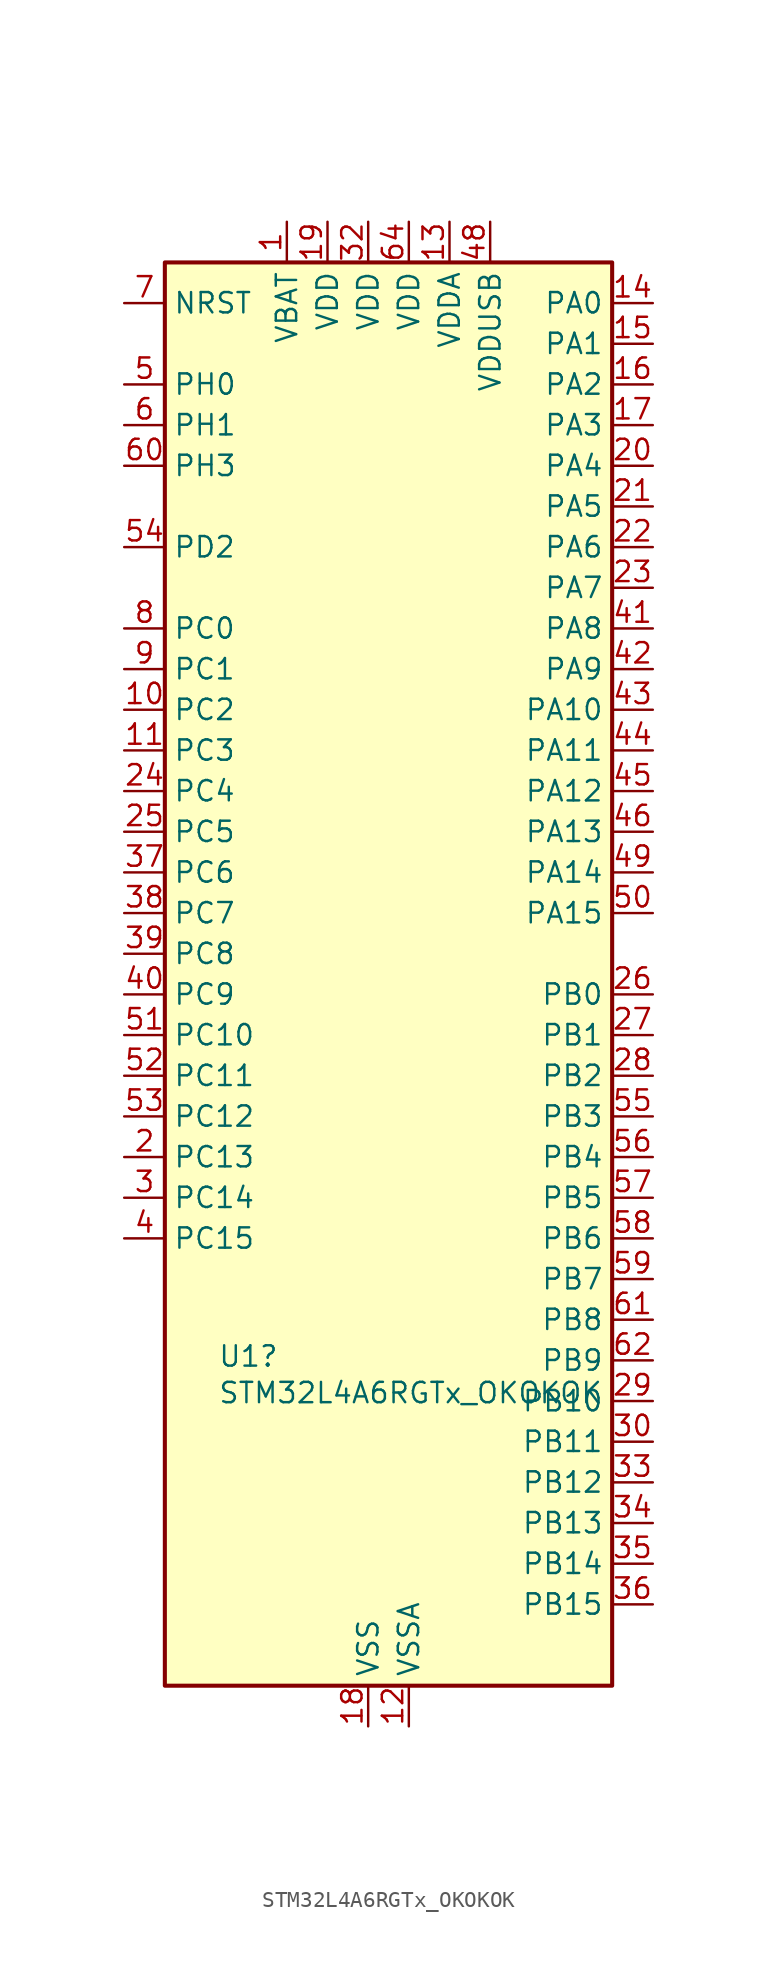
<source format=kicad_sym>
(kicad_symbol_lib
  (version 20241209)
  (generator "kicad_symbol_editor")
  (generator_version "9.0")
  (symbol "STM32L4A6RGTx_OKOKOK"
    (property "Reference" "U1"
      (at -9.398 -22.606 0)
      (effects (font (size 1.27 1.27)) (justify left)))
    (property "Value" "STM32L4A6RGTx_OKOKOK"
      (at -9.398 -24.892 0)
      (effects (font (size 1.27 1.27)) (justify left)))
    (property "ki_locked" ""
      (at 0 0 0)
      (effects (font (size 1.27 1.27))))
    (symbol "STM32L4A6RGTx_OKOKOK_0_1"
      (rectangle (start -12.7 -43.18) (end 15.24 45.72) (stroke (width 0.254) (type default)) (fill (type background))))
    (symbol "STM32L4A6RGTx_OKOKOK_1_1"
      (pin input line (at -15.24 43.18 0) (length 2.54) (name "NRST" (effects (font (size 1.27 1.27)))) (number "7" (effects (font (size 1.27 1.27)))))
      (pin bidirectional line (at -15.24 38.1 0) (length 2.54) (name "PH0" (effects (font (size 1.27 1.27)))) (number "5" (effects (font (size 1.27 1.27)))) (alternate "RCC_OSC_IN" bidirectional line))
      (pin bidirectional line (at -15.24 35.56 0) (length 2.54) (name "PH1" (effects (font (size 1.27 1.27)))) (number "6" (effects (font (size 1.27 1.27)))) (alternate "RCC_OSC_OUT" bidirectional line))
      (pin bidirectional line (at -15.24 33.02 0) (length 2.54) (name "PH3" (effects (font (size 1.27 1.27)))) (number "60" (effects (font (size 1.27 1.27)))))
      (pin bidirectional line (at -15.24 27.94 0) (length 2.54) (name "PD2" (effects (font (size 1.27 1.27)))) (number "54" (effects (font (size 1.27 1.27)))) (alternate "DCMI_D11" bidirectional line) (alternate "LCD_COM7" bidirectional line) (alternate "LCD_SEG31" bidirectional line) (alternate "LCD_SEG43" bidirectional line) (alternate "SDMMC1_CMD" bidirectional line) (alternate "SYS_TRACED2" bidirectional line) (alternate "TIM3_ETR" bidirectional line) (alternate "TSC_SYNC" bidirectional line) (alternate "UART5_RX" bidirectional line) (alternate "USART3_DE" bidirectional line) (alternate "USART3_RTS" bidirectional line))
      (pin bidirectional line (at -15.24 22.86 0) (length 2.54) (name "PC0" (effects (font (size 1.27 1.27)))) (number "8" (effects (font (size 1.27 1.27)))) (alternate "ADC1_IN1" bidirectional line) (alternate "ADC2_IN1" bidirectional line) (alternate "ADC3_IN1" bidirectional line) (alternate "DFSDM1_DATIN4" bidirectional line) (alternate "I2C3_SCL" bidirectional line) (alternate "I2C4_SCL" bidirectional line) (alternate "LCD_SEG18" bidirectional line) (alternate "LPTIM1_IN1" bidirectional line) (alternate "LPTIM2_IN1" bidirectional line) (alternate "LPUART1_RX" bidirectional line))
      (pin bidirectional line (at -15.24 20.32 0) (length 2.54) (name "PC1" (effects (font (size 1.27 1.27)))) (number "9" (effects (font (size 1.27 1.27)))) (alternate "ADC1_IN2" bidirectional line) (alternate "ADC2_IN2" bidirectional line) (alternate "ADC3_IN2" bidirectional line) (alternate "DFSDM1_CKIN4" bidirectional line) (alternate "I2C3_SDA" bidirectional line) (alternate "I2C4_SDA" bidirectional line) (alternate "LCD_SEG19" bidirectional line) (alternate "LPTIM1_OUT" bidirectional line) (alternate "LPUART1_TX" bidirectional line) (alternate "QUADSPI_BK2_IO0" bidirectional line) (alternate "SAI1_SD_A" bidirectional line) (alternate "SPI2_MOSI" bidirectional line) (alternate "SYS_TRACED0" bidirectional line))
      (pin bidirectional line (at -15.24 17.78 0) (length 2.54) (name "PC2" (effects (font (size 1.27 1.27)))) (number "10" (effects (font (size 1.27 1.27)))) (alternate "ADC1_IN3" bidirectional line) (alternate "ADC2_IN3" bidirectional line) (alternate "ADC3_IN3" bidirectional line) (alternate "DFSDM1_CKOUT" bidirectional line) (alternate "LCD_SEG20" bidirectional line) (alternate "LPTIM1_IN2" bidirectional line) (alternate "QUADSPI_BK2_IO1" bidirectional line) (alternate "SPI2_MISO" bidirectional line))
      (pin bidirectional line (at -15.24 15.24 0) (length 2.54) (name "PC3" (effects (font (size 1.27 1.27)))) (number "11" (effects (font (size 1.27 1.27)))) (alternate "ADC1_IN4" bidirectional line) (alternate "ADC2_IN4" bidirectional line) (alternate "ADC3_IN4" bidirectional line) (alternate "LCD_VLCD" bidirectional line) (alternate "LPTIM1_ETR" bidirectional line) (alternate "LPTIM2_ETR" bidirectional line) (alternate "QUADSPI_BK2_IO2" bidirectional line) (alternate "SAI1_SD_A" bidirectional line) (alternate "SPI2_MOSI" bidirectional line))
      (pin bidirectional line (at -15.24 12.7 0) (length 2.54) (name "PC4" (effects (font (size 1.27 1.27)))) (number "24" (effects (font (size 1.27 1.27)))) (alternate "ADC1_IN13" bidirectional line) (alternate "ADC2_IN13" bidirectional line) (alternate "COMP1_INM" bidirectional line) (alternate "LCD_SEG22" bidirectional line) (alternate "QUADSPI_BK2_IO3" bidirectional line) (alternate "USART3_TX" bidirectional line))
      (pin bidirectional line (at -15.24 10.16 0) (length 2.54) (name "PC5" (effects (font (size 1.27 1.27)))) (number "25" (effects (font (size 1.27 1.27)))) (alternate "ADC1_IN14" bidirectional line) (alternate "ADC2_IN14" bidirectional line) (alternate "COMP1_INP" bidirectional line) (alternate "LCD_SEG23" bidirectional line) (alternate "SYS_WKUP5" bidirectional line) (alternate "USART3_RX" bidirectional line))
      (pin bidirectional line (at -15.24 7.62 0) (length 2.54) (name "PC6" (effects (font (size 1.27 1.27)))) (number "37" (effects (font (size 1.27 1.27)))) (alternate "DCMI_D0" bidirectional line) (alternate "DFSDM1_CKIN3" bidirectional line) (alternate "LCD_SEG24" bidirectional line) (alternate "SAI2_MCLK_A" bidirectional line) (alternate "SDMMC1_D6" bidirectional line) (alternate "TIM3_CH1" bidirectional line) (alternate "TIM8_CH1" bidirectional line) (alternate "TSC_G4_IO1" bidirectional line))
      (pin bidirectional line (at -15.24 5.08 0) (length 2.54) (name "PC7" (effects (font (size 1.27 1.27)))) (number "38" (effects (font (size 1.27 1.27)))) (alternate "DCMI_D1" bidirectional line) (alternate "DFSDM1_DATIN3" bidirectional line) (alternate "LCD_SEG25" bidirectional line) (alternate "SAI2_MCLK_B" bidirectional line) (alternate "SDMMC1_D7" bidirectional line) (alternate "TIM3_CH2" bidirectional line) (alternate "TIM8_CH2" bidirectional line) (alternate "TSC_G4_IO2" bidirectional line))
      (pin bidirectional line (at -15.24 2.54 0) (length 2.54) (name "PC8" (effects (font (size 1.27 1.27)))) (number "39" (effects (font (size 1.27 1.27)))) (alternate "DCMI_D2" bidirectional line) (alternate "LCD_SEG26" bidirectional line) (alternate "SDMMC1_D0" bidirectional line) (alternate "TIM3_CH3" bidirectional line) (alternate "TIM8_CH3" bidirectional line) (alternate "TSC_G4_IO3" bidirectional line))
      (pin bidirectional line (at -15.24 0 0) (length 2.54) (name "PC9" (effects (font (size 1.27 1.27)))) (number "40" (effects (font (size 1.27 1.27)))) (alternate "DAC1_EXTI9" bidirectional line) (alternate "DCMI_D3" bidirectional line) (alternate "I2C3_SDA" bidirectional line) (alternate "LCD_SEG27" bidirectional line) (alternate "SAI2_EXTCLK" bidirectional line) (alternate "SDMMC1_D1" bidirectional line) (alternate "TIM3_CH4" bidirectional line) (alternate "TIM8_BKIN2" bidirectional line) (alternate "TIM8_BKIN2_COMP1" bidirectional line) (alternate "TIM8_CH4" bidirectional line) (alternate "TSC_G4_IO4" bidirectional line) (alternate "USB_OTG_FS_NOE" bidirectional line))
      (pin bidirectional line (at -15.24 -2.54 0) (length 2.54) (name "PC10" (effects (font (size 1.27 1.27)))) (number "51" (effects (font (size 1.27 1.27)))) (alternate "DCMI_D8" bidirectional line) (alternate "LCD_COM4" bidirectional line) (alternate "LCD_SEG28" bidirectional line) (alternate "LCD_SEG40" bidirectional line) (alternate "SAI2_SCK_B" bidirectional line) (alternate "SDMMC1_D2" bidirectional line) (alternate "SPI3_SCK" bidirectional line) (alternate "SYS_TRACED1" bidirectional line) (alternate "TSC_G3_IO2" bidirectional line) (alternate "UART4_TX" bidirectional line) (alternate "USART3_TX" bidirectional line))
      (pin bidirectional line (at -15.24 -5.08 0) (length 2.54) (name "PC11" (effects (font (size 1.27 1.27)))) (number "52" (effects (font (size 1.27 1.27)))) (alternate "ADC1_EXTI11" bidirectional line) (alternate "ADC2_EXTI11" bidirectional line) (alternate "ADC3_EXTI11" bidirectional line) (alternate "DCMI_D4" bidirectional line) (alternate "LCD_COM5" bidirectional line) (alternate "LCD_SEG29" bidirectional line) (alternate "LCD_SEG41" bidirectional line) (alternate "QUADSPI_BK2_NCS" bidirectional line) (alternate "SAI2_MCLK_B" bidirectional line) (alternate "SDMMC1_D3" bidirectional line) (alternate "SPI3_MISO" bidirectional line) (alternate "TSC_G3_IO3" bidirectional line) (alternate "UART4_RX" bidirectional line) (alternate "USART3_RX" bidirectional line))
      (pin bidirectional line (at -15.24 -7.62 0) (length 2.54) (name "PC12" (effects (font (size 1.27 1.27)))) (number "53" (effects (font (size 1.27 1.27)))) (alternate "DCMI_D9" bidirectional line) (alternate "LCD_COM6" bidirectional line) (alternate "LCD_SEG30" bidirectional line) (alternate "LCD_SEG42" bidirectional line) (alternate "SAI2_SD_B" bidirectional line) (alternate "SDMMC1_CK" bidirectional line) (alternate "SPI3_MOSI" bidirectional line) (alternate "SYS_TRACED3" bidirectional line) (alternate "TSC_G3_IO4" bidirectional line) (alternate "UART5_TX" bidirectional line) (alternate "USART3_CK" bidirectional line))
      (pin bidirectional line (at -15.24 -10.16 0) (length 2.54) (name "PC13" (effects (font (size 1.27 1.27)))) (number "2" (effects (font (size 1.27 1.27)))) (alternate "RTC_OUT_ALARM" bidirectional line) (alternate "RTC_OUT_CALIB" bidirectional line) (alternate "RTC_TAMP1" bidirectional line) (alternate "RTC_TS" bidirectional line) (alternate "SYS_WKUP2" bidirectional line))
      (pin bidirectional line (at -15.24 -12.7 0) (length 2.54) (name "PC14" (effects (font (size 1.27 1.27)))) (number "3" (effects (font (size 1.27 1.27)))) (alternate "RCC_OSC32_IN" bidirectional line))
      (pin bidirectional line (at -15.24 -15.24 0) (length 2.54) (name "PC15" (effects (font (size 1.27 1.27)))) (number "4" (effects (font (size 1.27 1.27)))) (alternate "ADC1_EXTI15" bidirectional line) (alternate "ADC2_EXTI15" bidirectional line) (alternate "ADC3_EXTI15" bidirectional line) (alternate "RCC_OSC32_OUT" bidirectional line))
      (pin power_in line (at -5.08 48.26 270) (length 2.54) (name "VBAT" (effects (font (size 1.27 1.27)))) (number "1" (effects (font (size 1.27 1.27)))))
      (pin power_in line (at -2.54 48.26 270) (length 2.54) (name "VDD" (effects (font (size 1.27 1.27)))) (number "19" (effects (font (size 1.27 1.27)))))
      (pin power_in line (at 0 48.26 270) (length 2.54) (name "VDD" (effects (font (size 1.27 1.27)))) (number "32" (effects (font (size 1.27 1.27)))))
      (pin power_in line (at 0 -45.72 90) (length 2.54) (name "VSS" (effects (font (size 1.27 1.27)))) (number "18" (effects (font (size 1.27 1.27)))))
      (pin passive line (at 0 -45.72 90) (length 2.54) (hide yes) (name "VSS" (effects (font (size 1.27 1.27)))) (number "31" (effects (font (size 1.27 1.27)))))
      (pin passive line (at 0 -45.72 90) (length 2.54) (hide yes) (name "VSS" (effects (font (size 1.27 1.27)))) (number "47" (effects (font (size 1.27 1.27)))))
      (pin passive line (at 0 -45.72 90) (length 2.54) (hide yes) (name "VSS" (effects (font (size 1.27 1.27)))) (number "63" (effects (font (size 1.27 1.27)))))
      (pin power_in line (at 2.54 48.26 270) (length 2.54) (name "VDD" (effects (font (size 1.27 1.27)))) (number "64" (effects (font (size 1.27 1.27)))))
      (pin power_in line (at 2.54 -45.72 90) (length 2.54) (name "VSSA" (effects (font (size 1.27 1.27)))) (number "12" (effects (font (size 1.27 1.27)))))
      (pin power_in line (at 5.08 48.26 270) (length 2.54) (name "VDDA" (effects (font (size 1.27 1.27)))) (number "13" (effects (font (size 1.27 1.27)))))
      (pin power_in line (at 7.62 48.26 270) (length 2.54) (name "VDDUSB" (effects (font (size 1.27 1.27)))) (number "48" (effects (font (size 1.27 1.27)))))
      (pin bidirectional line (at 17.78 43.18 180) (length 2.54) (name "PA0" (effects (font (size 1.27 1.27)))) (number "14" (effects (font (size 1.27 1.27)))) (alternate "ADC1_IN5" bidirectional line) (alternate "ADC2_IN5" bidirectional line) (alternate "OPAMP1_VINP" bidirectional line) (alternate "RTC_TAMP2" bidirectional line) (alternate "SAI1_EXTCLK" bidirectional line) (alternate "SYS_WKUP1" bidirectional line) (alternate "TIM2_CH1" bidirectional line) (alternate "TIM2_ETR" bidirectional line) (alternate "TIM5_CH1" bidirectional line) (alternate "TIM8_ETR" bidirectional line) (alternate "UART4_TX" bidirectional line) (alternate "USART2_CTS" bidirectional line))
      (pin bidirectional line (at 17.78 40.64 180) (length 2.54) (name "PA1" (effects (font (size 1.27 1.27)))) (number "15" (effects (font (size 1.27 1.27)))) (alternate "ADC1_IN6" bidirectional line) (alternate "ADC2_IN6" bidirectional line) (alternate "I2C1_SMBA" bidirectional line) (alternate "LCD_SEG0" bidirectional line) (alternate "OPAMP1_VINM" bidirectional line) (alternate "SPI1_SCK" bidirectional line) (alternate "TIM15_CH1N" bidirectional line) (alternate "TIM2_CH2" bidirectional line) (alternate "TIM5_CH2" bidirectional line) (alternate "UART4_RX" bidirectional line) (alternate "USART2_DE" bidirectional line) (alternate "USART2_RTS" bidirectional line))
      (pin bidirectional line (at 17.78 38.1 180) (length 2.54) (name "PA2" (effects (font (size 1.27 1.27)))) (number "16" (effects (font (size 1.27 1.27)))) (alternate "ADC1_IN7" bidirectional line) (alternate "ADC2_IN7" bidirectional line) (alternate "LCD_SEG1" bidirectional line) (alternate "LPUART1_TX" bidirectional line) (alternate "QUADSPI_BK1_NCS" bidirectional line) (alternate "RCC_LSCO" bidirectional line) (alternate "SAI2_EXTCLK" bidirectional line) (alternate "SYS_WKUP4" bidirectional line) (alternate "TIM15_CH1" bidirectional line) (alternate "TIM2_CH3" bidirectional line) (alternate "TIM5_CH3" bidirectional line) (alternate "USART2_TX" bidirectional line))
      (pin bidirectional line (at 17.78 35.56 180) (length 2.54) (name "PA3" (effects (font (size 1.27 1.27)))) (number "17" (effects (font (size 1.27 1.27)))) (alternate "ADC1_IN8" bidirectional line) (alternate "ADC2_IN8" bidirectional line) (alternate "LCD_SEG2" bidirectional line) (alternate "LPUART1_RX" bidirectional line) (alternate "OPAMP1_VOUT" bidirectional line) (alternate "QUADSPI_CLK" bidirectional line) (alternate "SAI1_MCLK_A" bidirectional line) (alternate "TIM15_CH2" bidirectional line) (alternate "TIM2_CH4" bidirectional line) (alternate "TIM5_CH4" bidirectional line) (alternate "USART2_RX" bidirectional line))
      (pin bidirectional line (at 17.78 33.02 180) (length 2.54) (name "PA4" (effects (font (size 1.27 1.27)))) (number "20" (effects (font (size 1.27 1.27)))) (alternate "ADC1_IN9" bidirectional line) (alternate "ADC2_IN9" bidirectional line) (alternate "DAC1_OUT1" bidirectional line) (alternate "DCMI_HSYNC" bidirectional line) (alternate "LPTIM2_OUT" bidirectional line) (alternate "SAI1_FS_B" bidirectional line) (alternate "SPI1_NSS" bidirectional line) (alternate "SPI3_NSS" bidirectional line) (alternate "USART2_CK" bidirectional line))
      (pin bidirectional line (at 17.78 30.48 180) (length 2.54) (name "PA5" (effects (font (size 1.27 1.27)))) (number "21" (effects (font (size 1.27 1.27)))) (alternate "ADC1_IN10" bidirectional line) (alternate "ADC2_IN10" bidirectional line) (alternate "DAC1_OUT2" bidirectional line) (alternate "LPTIM2_ETR" bidirectional line) (alternate "SPI1_SCK" bidirectional line) (alternate "TIM2_CH1" bidirectional line) (alternate "TIM2_ETR" bidirectional line) (alternate "TIM8_CH1N" bidirectional line))
      (pin bidirectional line (at 17.78 27.94 180) (length 2.54) (name "PA6" (effects (font (size 1.27 1.27)))) (number "22" (effects (font (size 1.27 1.27)))) (alternate "ADC1_IN11" bidirectional line) (alternate "ADC2_IN11" bidirectional line) (alternate "DCMI_PIXCLK" bidirectional line) (alternate "LCD_SEG3" bidirectional line) (alternate "LPUART1_CTS" bidirectional line) (alternate "OPAMP2_VINP" bidirectional line) (alternate "QUADSPI_BK1_IO3" bidirectional line) (alternate "SPI1_MISO" bidirectional line) (alternate "TIM16_CH1" bidirectional line) (alternate "TIM1_BKIN" bidirectional line) (alternate "TIM1_BKIN_COMP2" bidirectional line) (alternate "TIM3_CH1" bidirectional line) (alternate "TIM8_BKIN" bidirectional line) (alternate "TIM8_BKIN_COMP2" bidirectional line) (alternate "USART3_CTS" bidirectional line))
      (pin bidirectional line (at 17.78 25.4 180) (length 2.54) (name "PA7" (effects (font (size 1.27 1.27)))) (number "23" (effects (font (size 1.27 1.27)))) (alternate "ADC1_IN12" bidirectional line) (alternate "ADC2_IN12" bidirectional line) (alternate "I2C3_SCL" bidirectional line) (alternate "LCD_SEG4" bidirectional line) (alternate "OPAMP2_VINM" bidirectional line) (alternate "QUADSPI_BK1_IO2" bidirectional line) (alternate "SPI1_MOSI" bidirectional line) (alternate "TIM17_CH1" bidirectional line) (alternate "TIM1_CH1N" bidirectional line) (alternate "TIM3_CH2" bidirectional line) (alternate "TIM8_CH1N" bidirectional line))
      (pin bidirectional line (at 17.78 22.86 180) (length 2.54) (name "PA8" (effects (font (size 1.27 1.27)))) (number "41" (effects (font (size 1.27 1.27)))) (alternate "LCD_COM0" bidirectional line) (alternate "LPTIM2_OUT" bidirectional line) (alternate "RCC_MCO" bidirectional line) (alternate "SAI1_SCK_A" bidirectional line) (alternate "SWPMI1_IO" bidirectional line) (alternate "TIM1_CH1" bidirectional line) (alternate "USART1_CK" bidirectional line) (alternate "USB_OTG_FS_SOF" bidirectional line))
      (pin bidirectional line (at 17.78 20.32 180) (length 2.54) (name "PA9" (effects (font (size 1.27 1.27)))) (number "42" (effects (font (size 1.27 1.27)))) (alternate "DAC1_EXTI9" bidirectional line) (alternate "DCMI_D0" bidirectional line) (alternate "LCD_COM1" bidirectional line) (alternate "SAI1_FS_A" bidirectional line) (alternate "SPI2_SCK" bidirectional line) (alternate "TIM15_BKIN" bidirectional line) (alternate "TIM1_CH2" bidirectional line) (alternate "USART1_TX" bidirectional line) (alternate "USB_OTG_FS_VBUS" bidirectional line))
      (pin bidirectional line (at 17.78 17.78 180) (length 2.54) (name "PA10" (effects (font (size 1.27 1.27)))) (number "43" (effects (font (size 1.27 1.27)))) (alternate "DCMI_D1" bidirectional line) (alternate "LCD_COM2" bidirectional line) (alternate "SAI1_SD_A" bidirectional line) (alternate "TIM17_BKIN" bidirectional line) (alternate "TIM1_CH3" bidirectional line) (alternate "USART1_RX" bidirectional line) (alternate "USB_OTG_FS_ID" bidirectional line))
      (pin bidirectional line (at 17.78 15.24 180) (length 2.54) (name "PA11" (effects (font (size 1.27 1.27)))) (number "44" (effects (font (size 1.27 1.27)))) (alternate "ADC1_EXTI11" bidirectional line) (alternate "ADC2_EXTI11" bidirectional line) (alternate "ADC3_EXTI11" bidirectional line) (alternate "CAN1_RX" bidirectional line) (alternate "SPI1_MISO" bidirectional line) (alternate "TIM1_BKIN2" bidirectional line) (alternate "TIM1_BKIN2_COMP1" bidirectional line) (alternate "TIM1_CH4" bidirectional line) (alternate "USART1_CTS" bidirectional line) (alternate "USB_OTG_FS_DM" bidirectional line))
      (pin bidirectional line (at 17.78 12.7 180) (length 2.54) (name "PA12" (effects (font (size 1.27 1.27)))) (number "45" (effects (font (size 1.27 1.27)))) (alternate "CAN1_TX" bidirectional line) (alternate "SPI1_MOSI" bidirectional line) (alternate "TIM1_ETR" bidirectional line) (alternate "USART1_DE" bidirectional line) (alternate "USART1_RTS" bidirectional line) (alternate "USB_OTG_FS_DP" bidirectional line))
      (pin bidirectional line (at 17.78 10.16 180) (length 2.54) (name "PA13" (effects (font (size 1.27 1.27)))) (number "46" (effects (font (size 1.27 1.27)))) (alternate "IR_OUT" bidirectional line) (alternate "SAI1_SD_B" bidirectional line) (alternate "SWPMI1_TX" bidirectional line) (alternate "SYS_JTMS-SWDIO" bidirectional line) (alternate "USB_OTG_FS_NOE" bidirectional line))
      (pin bidirectional line (at 17.78 7.62 180) (length 2.54) (name "PA14" (effects (font (size 1.27 1.27)))) (number "49" (effects (font (size 1.27 1.27)))) (alternate "I2C1_SMBA" bidirectional line) (alternate "I2C4_SMBA" bidirectional line) (alternate "LPTIM1_OUT" bidirectional line) (alternate "SAI1_FS_B" bidirectional line) (alternate "SWPMI1_RX" bidirectional line) (alternate "SYS_JTCK-SWCLK" bidirectional line) (alternate "USB_OTG_FS_SOF" bidirectional line))
      (pin bidirectional line (at 17.78 5.08 180) (length 2.54) (name "PA15" (effects (font (size 1.27 1.27)))) (number "50" (effects (font (size 1.27 1.27)))) (alternate "ADC1_EXTI15" bidirectional line) (alternate "ADC2_EXTI15" bidirectional line) (alternate "ADC3_EXTI15" bidirectional line) (alternate "LCD_SEG17" bidirectional line) (alternate "SAI2_FS_B" bidirectional line) (alternate "SPI1_NSS" bidirectional line) (alternate "SPI3_NSS" bidirectional line) (alternate "SWPMI1_SUSPEND" bidirectional line) (alternate "SYS_JTDI" bidirectional line) (alternate "TIM2_CH1" bidirectional line) (alternate "TIM2_ETR" bidirectional line) (alternate "TSC_G3_IO1" bidirectional line) (alternate "UART4_DE" bidirectional line) (alternate "UART4_RTS" bidirectional line) (alternate "USART2_RX" bidirectional line) (alternate "USART3_DE" bidirectional line) (alternate "USART3_RTS" bidirectional line))
      (pin bidirectional line (at 17.78 0 180) (length 2.54) (name "PB0" (effects (font (size 1.27 1.27)))) (number "26" (effects (font (size 1.27 1.27)))) (alternate "ADC1_IN15" bidirectional line) (alternate "ADC2_IN15" bidirectional line) (alternate "COMP1_OUT" bidirectional line) (alternate "LCD_SEG5" bidirectional line) (alternate "OPAMP2_VOUT" bidirectional line) (alternate "QUADSPI_BK1_IO1" bidirectional line) (alternate "SAI1_EXTCLK" bidirectional line) (alternate "SPI1_NSS" bidirectional line) (alternate "TIM1_CH2N" bidirectional line) (alternate "TIM3_CH3" bidirectional line) (alternate "TIM8_CH2N" bidirectional line) (alternate "USART3_CK" bidirectional line))
      (pin bidirectional line (at 17.78 -2.54 180) (length 2.54) (name "PB1" (effects (font (size 1.27 1.27)))) (number "27" (effects (font (size 1.27 1.27)))) (alternate "ADC1_IN16" bidirectional line) (alternate "ADC2_IN16" bidirectional line) (alternate "COMP1_INM" bidirectional line) (alternate "DFSDM1_DATIN0" bidirectional line) (alternate "LCD_SEG6" bidirectional line) (alternate "LPTIM2_IN1" bidirectional line) (alternate "LPUART1_DE" bidirectional line) (alternate "LPUART1_RTS" bidirectional line) (alternate "QUADSPI_BK1_IO0" bidirectional line) (alternate "TIM1_CH3N" bidirectional line) (alternate "TIM3_CH4" bidirectional line) (alternate "TIM8_CH3N" bidirectional line) (alternate "USART3_DE" bidirectional line) (alternate "USART3_RTS" bidirectional line))
      (pin bidirectional line (at 17.78 -5.08 180) (length 2.54) (name "PB2" (effects (font (size 1.27 1.27)))) (number "28" (effects (font (size 1.27 1.27)))) (alternate "COMP1_INP" bidirectional line) (alternate "DFSDM1_CKIN0" bidirectional line) (alternate "I2C3_SMBA" bidirectional line) (alternate "LCD_VLCD" bidirectional line) (alternate "LPTIM1_OUT" bidirectional line) (alternate "RTC_OUT_ALARM" bidirectional line) (alternate "RTC_OUT_CALIB" bidirectional line))
      (pin bidirectional line (at 17.78 -7.62 180) (length 2.54) (name "PB3" (effects (font (size 1.27 1.27)))) (number "55" (effects (font (size 1.27 1.27)))) (alternate "COMP2_INM" bidirectional line) (alternate "CRS_SYNC" bidirectional line) (alternate "LCD_SEG7" bidirectional line) (alternate "SAI1_SCK_B" bidirectional line) (alternate "SPI1_SCK" bidirectional line) (alternate "SPI3_SCK" bidirectional line) (alternate "SYS_JTDO-SWO" bidirectional line) (alternate "TIM2_CH2" bidirectional line) (alternate "USART1_DE" bidirectional line) (alternate "USART1_RTS" bidirectional line))
      (pin bidirectional line (at 17.78 -10.16 180) (length 2.54) (name "PB4" (effects (font (size 1.27 1.27)))) (number "56" (effects (font (size 1.27 1.27)))) (alternate "COMP2_INP" bidirectional line) (alternate "DCMI_D12" bidirectional line) (alternate "I2C3_SDA" bidirectional line) (alternate "LCD_SEG8" bidirectional line) (alternate "SAI1_MCLK_B" bidirectional line) (alternate "SPI1_MISO" bidirectional line) (alternate "SPI3_MISO" bidirectional line) (alternate "SYS_JTRST" bidirectional line) (alternate "TIM17_BKIN" bidirectional line) (alternate "TIM3_CH1" bidirectional line) (alternate "TSC_G2_IO1" bidirectional line) (alternate "UART5_DE" bidirectional line) (alternate "UART5_RTS" bidirectional line) (alternate "USART1_CTS" bidirectional line))
      (pin bidirectional line (at 17.78 -12.7 180) (length 2.54) (name "PB5" (effects (font (size 1.27 1.27)))) (number "57" (effects (font (size 1.27 1.27)))) (alternate "CAN2_RX" bidirectional line) (alternate "COMP2_OUT" bidirectional line) (alternate "DCMI_D10" bidirectional line) (alternate "I2C1_SMBA" bidirectional line) (alternate "LCD_SEG9" bidirectional line) (alternate "LPTIM1_IN1" bidirectional line) (alternate "SAI1_SD_B" bidirectional line) (alternate "SPI1_MOSI" bidirectional line) (alternate "SPI3_MOSI" bidirectional line) (alternate "TIM16_BKIN" bidirectional line) (alternate "TIM3_CH2" bidirectional line) (alternate "TSC_G2_IO2" bidirectional line) (alternate "UART5_CTS" bidirectional line) (alternate "USART1_CK" bidirectional line))
      (pin bidirectional line (at 17.78 -15.24 180) (length 2.54) (name "PB6" (effects (font (size 1.27 1.27)))) (number "58" (effects (font (size 1.27 1.27)))) (alternate "CAN2_TX" bidirectional line) (alternate "COMP2_INP" bidirectional line) (alternate "DCMI_D5" bidirectional line) (alternate "DFSDM1_DATIN5" bidirectional line) (alternate "I2C1_SCL" bidirectional line) (alternate "I2C4_SCL" bidirectional line) (alternate "LPTIM1_ETR" bidirectional line) (alternate "SAI1_FS_B" bidirectional line) (alternate "TIM16_CH1N" bidirectional line) (alternate "TIM4_CH1" bidirectional line) (alternate "TIM8_BKIN2" bidirectional line) (alternate "TIM8_BKIN2_COMP2" bidirectional line) (alternate "TSC_G2_IO3" bidirectional line) (alternate "USART1_TX" bidirectional line))
      (pin bidirectional line (at 17.78 -17.78 180) (length 2.54) (name "PB7" (effects (font (size 1.27 1.27)))) (number "59" (effects (font (size 1.27 1.27)))) (alternate "COMP2_INM" bidirectional line) (alternate "DCMI_VSYNC" bidirectional line) (alternate "DFSDM1_CKIN5" bidirectional line) (alternate "I2C1_SDA" bidirectional line) (alternate "I2C4_SDA" bidirectional line) (alternate "LCD_SEG21" bidirectional line) (alternate "LPTIM1_IN2" bidirectional line) (alternate "SYS_PVD_IN" bidirectional line) (alternate "TIM17_CH1N" bidirectional line) (alternate "TIM4_CH2" bidirectional line) (alternate "TIM8_BKIN" bidirectional line) (alternate "TIM8_BKIN_COMP1" bidirectional line) (alternate "TSC_G2_IO4" bidirectional line) (alternate "UART4_CTS" bidirectional line) (alternate "USART1_RX" bidirectional line))
      (pin bidirectional line (at 17.78 -20.32 180) (length 2.54) (name "PB8" (effects (font (size 1.27 1.27)))) (number "61" (effects (font (size 1.27 1.27)))) (alternate "CAN1_RX" bidirectional line) (alternate "DCMI_D6" bidirectional line) (alternate "DFSDM1_DATIN6" bidirectional line) (alternate "I2C1_SCL" bidirectional line) (alternate "LCD_SEG16" bidirectional line) (alternate "SAI1_MCLK_A" bidirectional line) (alternate "SDMMC1_D4" bidirectional line) (alternate "TIM16_CH1" bidirectional line) (alternate "TIM4_CH3" bidirectional line))
      (pin bidirectional line (at 17.78 -22.86 180) (length 2.54) (name "PB9" (effects (font (size 1.27 1.27)))) (number "62" (effects (font (size 1.27 1.27)))) (alternate "CAN1_TX" bidirectional line) (alternate "DAC1_EXTI9" bidirectional line) (alternate "DCMI_D7" bidirectional line) (alternate "DFSDM1_CKIN6" bidirectional line) (alternate "I2C1_SDA" bidirectional line) (alternate "IR_OUT" bidirectional line) (alternate "LCD_COM3" bidirectional line) (alternate "SAI1_FS_A" bidirectional line) (alternate "SDMMC1_D5" bidirectional line) (alternate "SPI2_NSS" bidirectional line) (alternate "TIM17_CH1" bidirectional line) (alternate "TIM4_CH4" bidirectional line))
      (pin bidirectional line (at 17.78 -25.4 180) (length 2.54) (name "PB10" (effects (font (size 1.27 1.27)))) (number "29" (effects (font (size 1.27 1.27)))) (alternate "COMP1_OUT" bidirectional line) (alternate "DFSDM1_DATIN7" bidirectional line) (alternate "I2C2_SCL" bidirectional line) (alternate "I2C4_SCL" bidirectional line) (alternate "LCD_SEG10" bidirectional line) (alternate "LPUART1_RX" bidirectional line) (alternate "QUADSPI_CLK" bidirectional line) (alternate "SAI1_SCK_A" bidirectional line) (alternate "SPI2_SCK" bidirectional line) (alternate "TIM2_CH3" bidirectional line) (alternate "TSC_SYNC" bidirectional line) (alternate "USART3_TX" bidirectional line))
      (pin bidirectional line (at 17.78 -27.94 180) (length 2.54) (name "PB11" (effects (font (size 1.27 1.27)))) (number "30" (effects (font (size 1.27 1.27)))) (alternate "ADC1_EXTI11" bidirectional line) (alternate "ADC2_EXTI11" bidirectional line) (alternate "ADC3_EXTI11" bidirectional line) (alternate "COMP2_OUT" bidirectional line) (alternate "DFSDM1_CKIN7" bidirectional line) (alternate "I2C2_SDA" bidirectional line) (alternate "I2C4_SDA" bidirectional line) (alternate "LCD_SEG11" bidirectional line) (alternate "LPUART1_TX" bidirectional line) (alternate "QUADSPI_BK1_NCS" bidirectional line) (alternate "TIM2_CH4" bidirectional line) (alternate "USART3_RX" bidirectional line))
      (pin bidirectional line (at 17.78 -30.48 180) (length 2.54) (name "PB12" (effects (font (size 1.27 1.27)))) (number "33" (effects (font (size 1.27 1.27)))) (alternate "CAN2_RX" bidirectional line) (alternate "DFSDM1_DATIN1" bidirectional line) (alternate "I2C2_SMBA" bidirectional line) (alternate "LCD_SEG12" bidirectional line) (alternate "LPUART1_DE" bidirectional line) (alternate "LPUART1_RTS" bidirectional line) (alternate "SAI2_FS_A" bidirectional line) (alternate "SPI2_NSS" bidirectional line) (alternate "SWPMI1_IO" bidirectional line) (alternate "TIM15_BKIN" bidirectional line) (alternate "TIM1_BKIN" bidirectional line) (alternate "TIM1_BKIN_COMP2" bidirectional line) (alternate "TSC_G1_IO1" bidirectional line) (alternate "USART3_CK" bidirectional line))
      (pin bidirectional line (at 17.78 -33.02 180) (length 2.54) (name "PB13" (effects (font (size 1.27 1.27)))) (number "34" (effects (font (size 1.27 1.27)))) (alternate "CAN2_TX" bidirectional line) (alternate "DFSDM1_CKIN1" bidirectional line) (alternate "I2C2_SCL" bidirectional line) (alternate "LCD_SEG13" bidirectional line) (alternate "LPUART1_CTS" bidirectional line) (alternate "SAI2_SCK_A" bidirectional line) (alternate "SPI2_SCK" bidirectional line) (alternate "SWPMI1_TX" bidirectional line) (alternate "TIM15_CH1N" bidirectional line) (alternate "TIM1_CH1N" bidirectional line) (alternate "TSC_G1_IO2" bidirectional line) (alternate "USART3_CTS" bidirectional line))
      (pin bidirectional line (at 17.78 -35.56 180) (length 2.54) (name "PB14" (effects (font (size 1.27 1.27)))) (number "35" (effects (font (size 1.27 1.27)))) (alternate "DFSDM1_DATIN2" bidirectional line) (alternate "I2C2_SDA" bidirectional line) (alternate "LCD_SEG14" bidirectional line) (alternate "SAI2_MCLK_A" bidirectional line) (alternate "SPI2_MISO" bidirectional line) (alternate "SWPMI1_RX" bidirectional line) (alternate "TIM15_CH1" bidirectional line) (alternate "TIM1_CH2N" bidirectional line) (alternate "TIM8_CH2N" bidirectional line) (alternate "TSC_G1_IO3" bidirectional line) (alternate "USART3_DE" bidirectional line) (alternate "USART3_RTS" bidirectional line))
      (pin bidirectional line (at 17.78 -38.1 180) (length 2.54) (name "PB15" (effects (font (size 1.27 1.27)))) (number "36" (effects (font (size 1.27 1.27)))) (alternate "ADC1_EXTI15" bidirectional line) (alternate "ADC2_EXTI15" bidirectional line) (alternate "ADC3_EXTI15" bidirectional line) (alternate "DFSDM1_CKIN2" bidirectional line) (alternate "LCD_SEG15" bidirectional line) (alternate "RTC_REFIN" bidirectional line) (alternate "SAI2_SD_A" bidirectional line) (alternate "SPI2_MOSI" bidirectional line) (alternate "SWPMI1_SUSPEND" bidirectional line) (alternate "TIM15_CH2" bidirectional line) (alternate "TIM1_CH3N" bidirectional line) (alternate "TIM8_CH3N" bidirectional line) (alternate "TSC_G1_IO4" bidirectional line)))))
</source>
